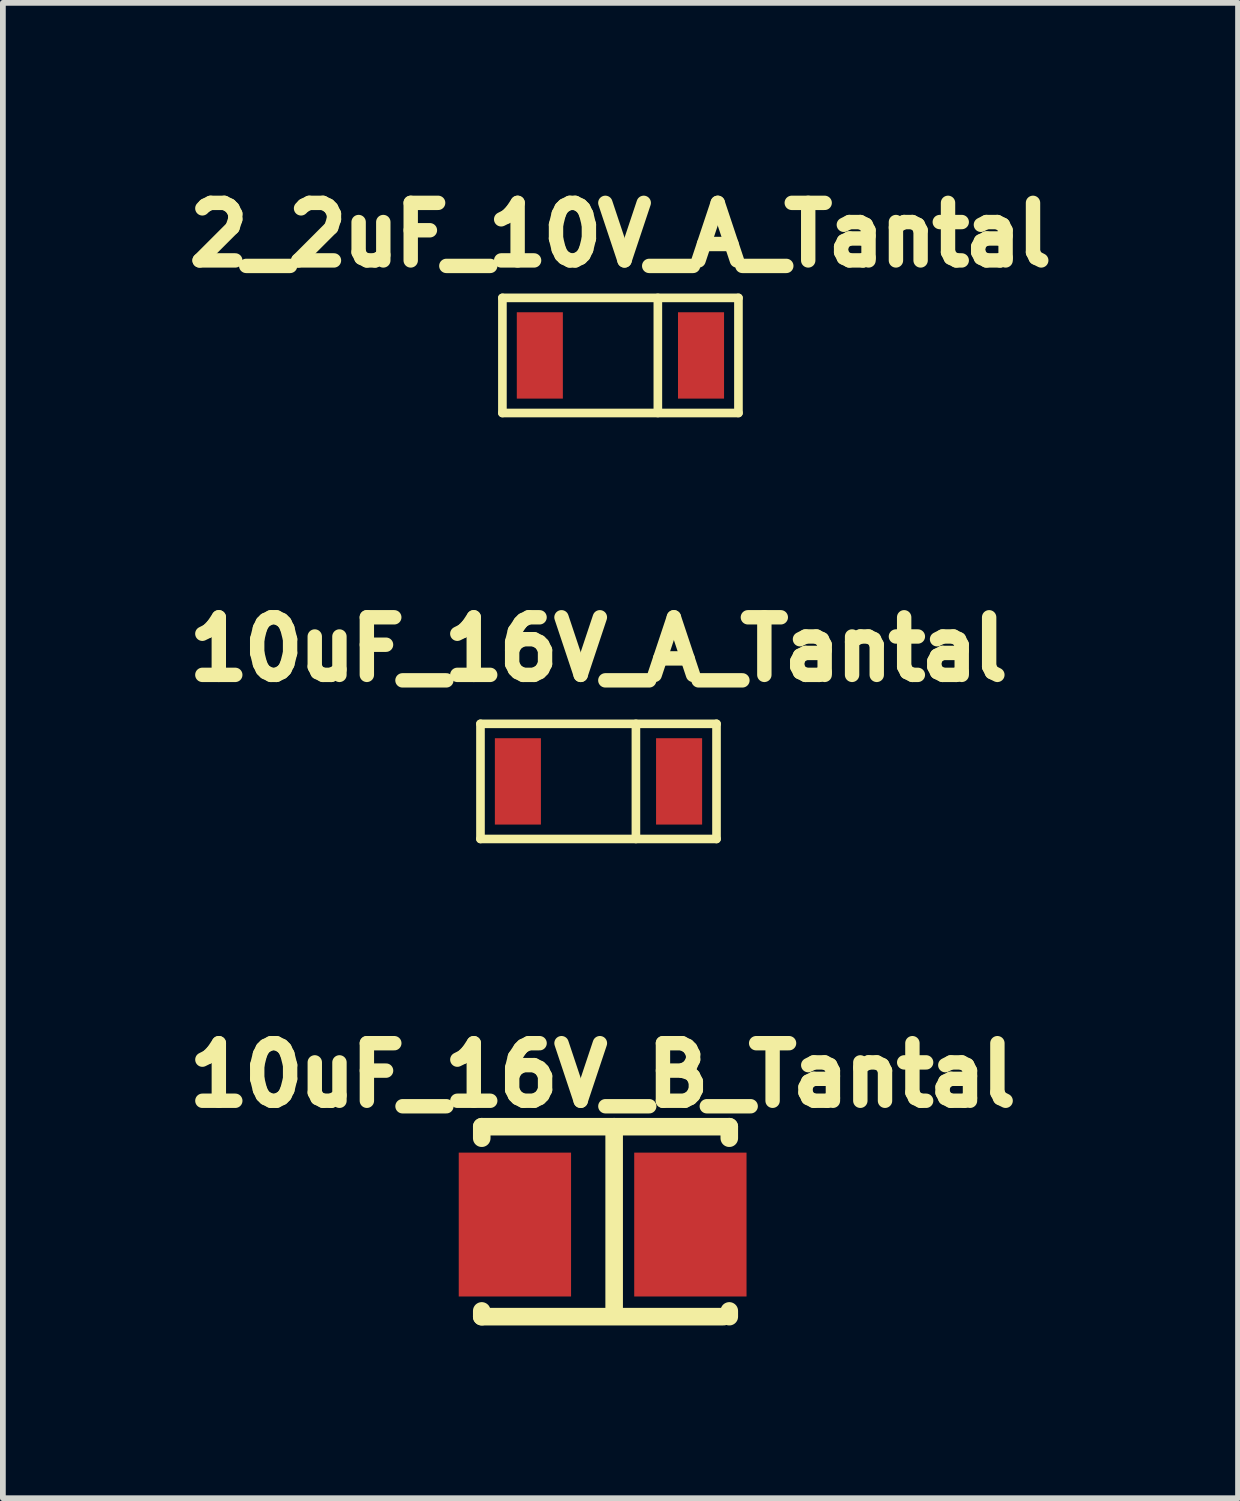
<source format=kicad_pcb>
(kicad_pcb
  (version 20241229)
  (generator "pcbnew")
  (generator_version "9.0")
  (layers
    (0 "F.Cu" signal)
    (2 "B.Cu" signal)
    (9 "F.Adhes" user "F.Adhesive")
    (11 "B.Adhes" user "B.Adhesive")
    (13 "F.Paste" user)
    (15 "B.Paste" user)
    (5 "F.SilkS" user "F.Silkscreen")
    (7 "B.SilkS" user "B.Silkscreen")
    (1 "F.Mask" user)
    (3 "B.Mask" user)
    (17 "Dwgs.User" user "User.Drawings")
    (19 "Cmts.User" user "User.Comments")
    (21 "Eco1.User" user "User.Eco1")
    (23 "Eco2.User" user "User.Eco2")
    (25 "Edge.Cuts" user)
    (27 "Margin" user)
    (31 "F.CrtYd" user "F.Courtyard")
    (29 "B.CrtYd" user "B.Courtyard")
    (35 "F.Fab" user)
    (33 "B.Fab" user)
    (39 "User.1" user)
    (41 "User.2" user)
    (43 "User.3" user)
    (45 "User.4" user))
  (footprint "2_2uF_10V_A_Tantal"
    (layer "F.Cu")
    (at 7.727 3.124)
    (property "Reference" "2_2uF_10V_A_Tantal" (at 0 -2.1 0) (layer "F.SilkS") (effects (font (size 1 1) (thickness 0.25))))
    (attr through_hole)
    (fp_line (start -2.05 -1) (end -2.05 1) (stroke (width 0.15) (type solid)) (layer "F.SilkS"))
    (fp_line (start 0.65 -1) (end 0.65 1) (stroke (width 0.15) (type solid)) (layer "F.SilkS"))
    (fp_line (start 2.05 -1) (end -2.05 -1) (stroke (width 0.15) (type solid)) (layer "F.SilkS"))
    (fp_line (start 2.05 1) (end -2.05 1) (stroke (width 0.15) (type solid)) (layer "F.SilkS"))
    (fp_line (start 2.05 1) (end 2.05 -1) (stroke (width 0.15) (type solid)) (layer "F.SilkS"))
    (pad "1" smd rect (at 1.4 0) (size 0.8 1.5) (layers "F.Cu" "F.Mask" "F.Paste"))
    (pad "2" smd rect (at -1.4 0) (size 0.8 1.5) (layers "F.Cu" "F.Mask" "F.Paste")))
  (footprint "10uF_16V_B_Tantal"
    (layer "F.Cu")
    (at 7.418 18.221)
    (property "Reference" "10uF_16V_B_Tantal" (at 0 -2.6 0) (layer "F.SilkS") (effects (font (size 1 1) (thickness 0.25))))
    (attr through_hole)
    (fp_line (start -2.1 -1.7) (end -2.1 -1.5) (stroke (width 0.305) (type solid)) (layer "F.SilkS"))
    (fp_line (start -2.1 1.6) (end -2.1 1.5) (stroke (width 0.305) (type solid)) (layer "F.SilkS"))
    (fp_line (start -2.1 1.6) (end 2.1 1.6) (stroke (width 0.305) (type solid)) (layer "F.SilkS"))
    (fp_line (start 0.2 -1.7) (end 0.2 1.5) (stroke (width 0.305) (type solid)) (layer "F.SilkS"))
    (fp_line (start 2.2 -1.7) (end -2.1 -1.7) (stroke (width 0.305) (type solid)) (layer "F.SilkS"))
    (fp_line (start 2.2 -1.7) (end 2.2 -1.5) (stroke (width 0.305) (type solid)) (layer "F.SilkS"))
    (fp_line (start 2.2 1.6) (end 2.2 1.5) (stroke (width 0.305) (type solid)) (layer "F.SilkS"))
    (pad "1" smd rect (at 1.524 0) (size 1.951 2.499) (layers "F.Cu" "F.Mask" "F.Paste"))
    (pad "2" smd rect (at -1.524 0) (size 1.951 2.499) (layers "F.Cu" "F.Mask" "F.Paste")))
  (footprint "10uF_16V_A_Tantal"
    (layer "F.Cu")
    (at 7.346 10.523)
    (property "Reference" "10uF_16V_A_Tantal" (at 0 -2.3 0) (layer "F.SilkS") (effects (font (size 1 1) (thickness 0.25))))
    (attr through_hole)
    (fp_line (start -2.05 -1) (end -2.05 1) (stroke (width 0.15) (type solid)) (layer "F.SilkS"))
    (fp_line (start 0.65 -1) (end 0.65 1) (stroke (width 0.15) (type solid)) (layer "F.SilkS"))
    (fp_line (start 2.05 -1) (end -2.05 -1) (stroke (width 0.15) (type solid)) (layer "F.SilkS"))
    (fp_line (start 2.05 1) (end -2.05 1) (stroke (width 0.15) (type solid)) (layer "F.SilkS"))
    (fp_line (start 2.05 1) (end 2.05 -1) (stroke (width 0.15) (type solid)) (layer "F.SilkS"))
    (pad "1" smd rect (at 1.4 0) (size 0.8 1.5) (layers "F.Cu" "F.Mask" "F.Paste"))
    (pad "2" smd rect (at -1.4 0) (size 0.8 1.5) (layers "F.Cu" "F.Mask" "F.Paste")))
  (gr_rect
    (start -3 -3)
    (end 18.455 22.974)
    (stroke (width 0.1) (type default))
    (fill no)
    (layer "Edge.Cuts")))
</source>
